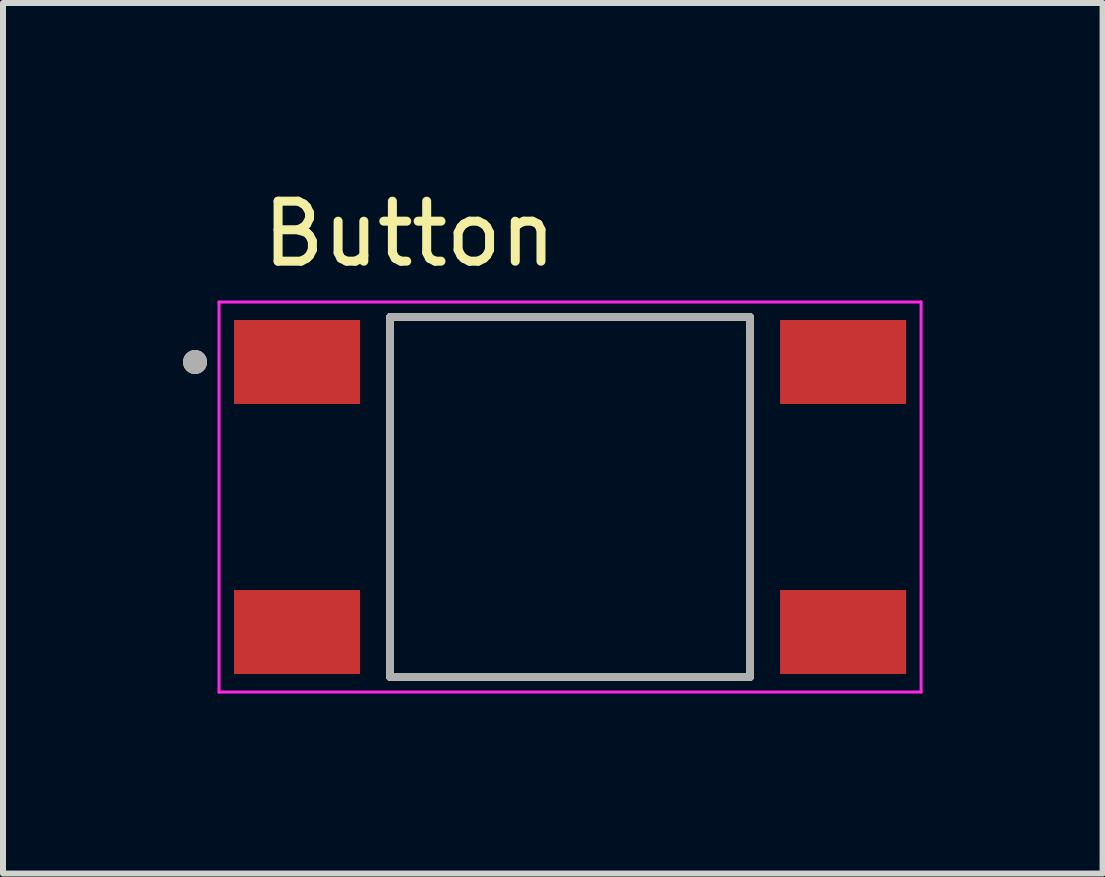
<source format=kicad_pcb>
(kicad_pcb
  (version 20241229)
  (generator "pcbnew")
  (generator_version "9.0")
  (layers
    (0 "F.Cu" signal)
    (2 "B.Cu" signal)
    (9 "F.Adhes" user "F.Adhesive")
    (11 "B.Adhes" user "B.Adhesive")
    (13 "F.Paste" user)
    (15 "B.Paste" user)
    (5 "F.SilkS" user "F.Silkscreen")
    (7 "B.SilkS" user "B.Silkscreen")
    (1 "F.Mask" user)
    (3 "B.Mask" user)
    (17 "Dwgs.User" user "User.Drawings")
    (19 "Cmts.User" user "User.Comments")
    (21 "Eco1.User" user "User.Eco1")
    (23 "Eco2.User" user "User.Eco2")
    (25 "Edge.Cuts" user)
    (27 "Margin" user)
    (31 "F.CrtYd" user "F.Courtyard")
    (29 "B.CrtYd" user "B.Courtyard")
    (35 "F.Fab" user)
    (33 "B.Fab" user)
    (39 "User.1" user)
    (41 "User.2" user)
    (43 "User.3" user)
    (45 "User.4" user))
  (footprint "Button"
    (layer "F.Cu")
    (at 6.45 5.233)
    (property "Reference" "Button" (at -2.675 -4.385 0) (layer "F.SilkS") (effects (font (size 1 1) (thickness 0.15))))
    (attr smd)
    (fp_line (start -3 -3) (end -3 3) (stroke (width 0.127) (type solid)) (layer "F.SilkS"))
    (fp_line (start -3 3) (end 3 3) (stroke (width 0.127) (type solid)) (layer "F.SilkS"))
    (fp_line (start 3 -3) (end -3 -3) (stroke (width 0.127) (type solid)) (layer "F.SilkS"))
    (fp_line (start 3 3) (end 3 -3) (stroke (width 0.127) (type solid)) (layer "F.SilkS"))
    (fp_circle (center -6.25 -2.25) (end -6.15 -2.25) (stroke (width 0.2) (type solid)) (fill no) (layer "F.SilkS"))
    (fp_line (start -5.85 -3.25) (end -5.85 3.25) (stroke (width 0.05) (type solid)) (layer "F.CrtYd"))
    (fp_line (start -5.85 3.25) (end 5.85 3.25) (stroke (width 0.05) (type solid)) (layer "F.CrtYd"))
    (fp_line (start 5.85 -3.25) (end -5.85 -3.25) (stroke (width 0.05) (type solid)) (layer "F.CrtYd"))
    (fp_line (start 5.85 3.25) (end 5.85 -3.25) (stroke (width 0.05) (type solid)) (layer "F.CrtYd"))
    (fp_line (start -3 -3) (end -3 3) (stroke (width 0.127) (type solid)) (layer "F.Fab"))
    (fp_line (start -3 3) (end 3 3) (stroke (width 0.127) (type solid)) (layer "F.Fab"))
    (fp_line (start 3 -3) (end -3 -3) (stroke (width 0.127) (type solid)) (layer "F.Fab"))
    (fp_line (start 3 3) (end 3 -3) (stroke (width 0.127) (type solid)) (layer "F.Fab"))
    (fp_circle (center -6.25 -2.25) (end -6.15 -2.25) (stroke (width 0.2) (type solid)) (fill no) (layer "F.Fab"))
    (pad "1" smd rect (at -4.55 -2.25) (size 2.1 1.4) (layers "F.Cu" "F.Mask" "F.Paste"))
    (pad "2" smd rect (at -4.55 2.25) (size 2.1 1.4) (layers "F.Cu" "F.Mask" "F.Paste"))
    (pad "3" smd rect (at 4.55 -2.25) (size 2.1 1.4) (layers "F.Cu" "F.Mask" "F.Paste"))
    (pad "4" smd rect (at 4.55 2.25) (size 2.1 1.4) (layers "F.Cu" "F.Mask" "F.Paste")))
  (gr_rect
    (start -3 -3)
    (end 15.325 11.508)
    (stroke (width 0.1) (type default))
    (fill no)
    (layer "Edge.Cuts")))
</source>
